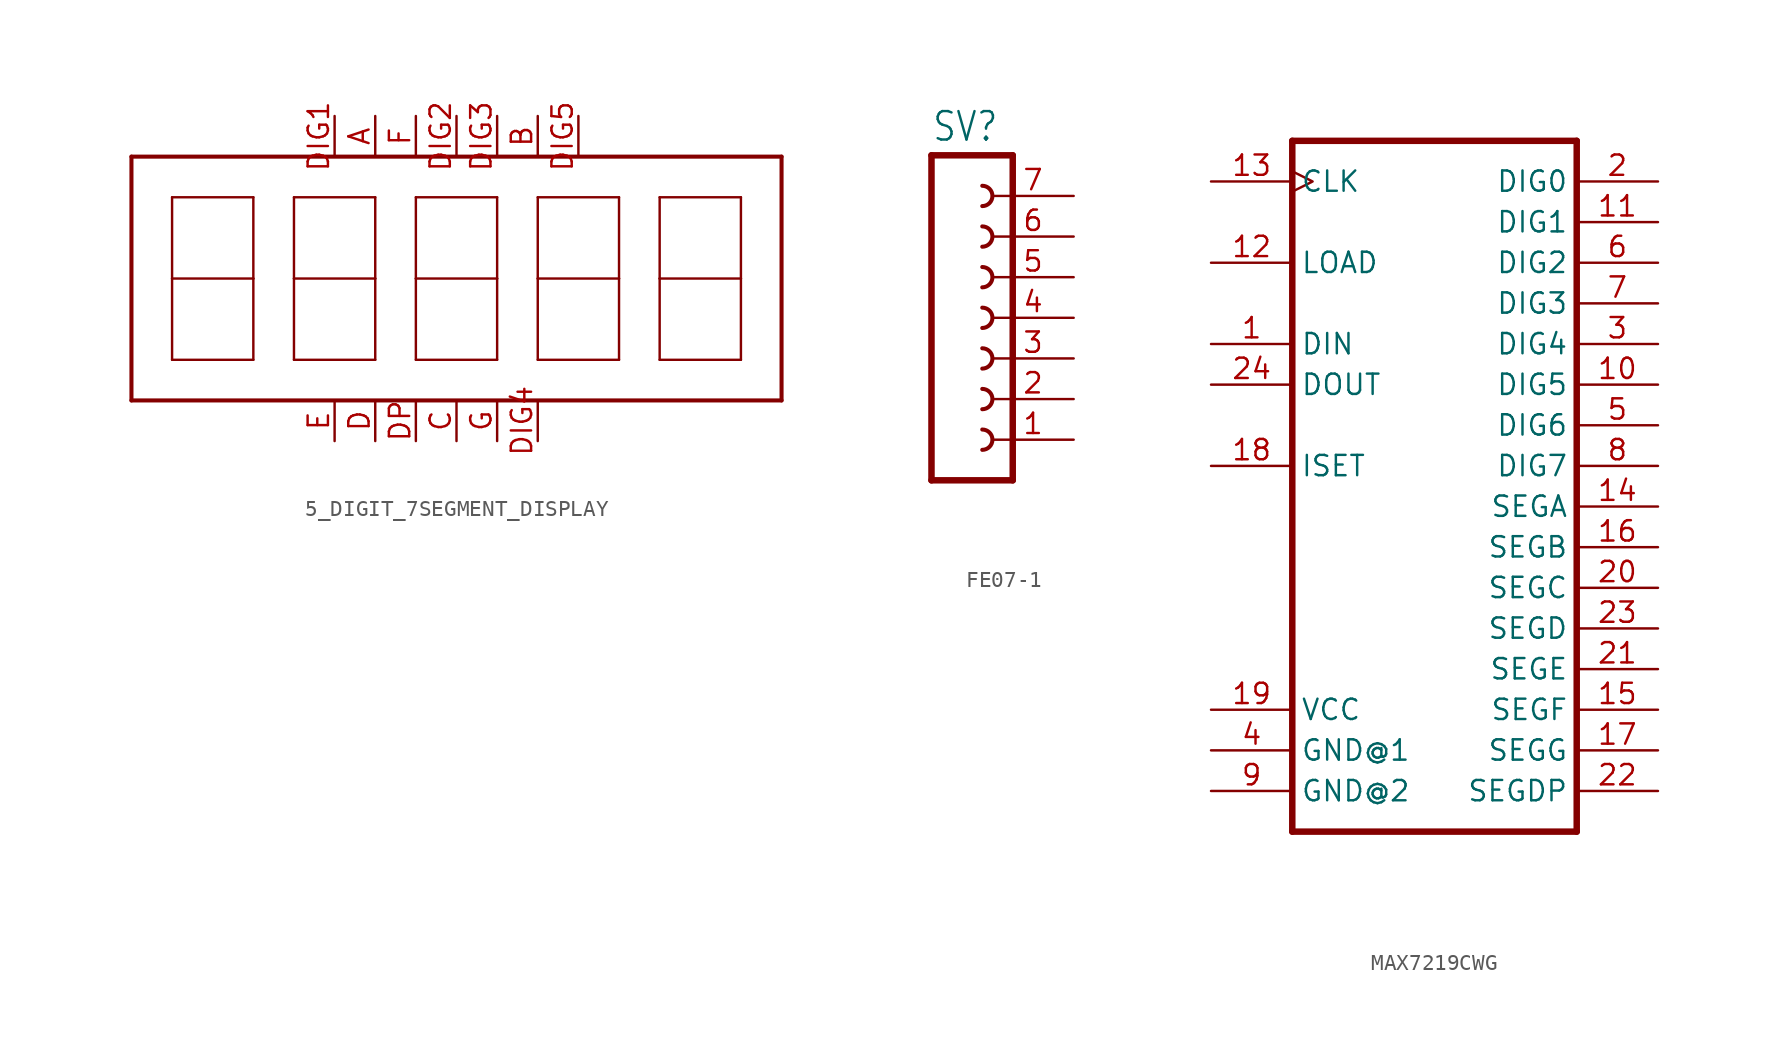
<source format=kicad_sym>
(kicad_symbol_lib
  (version 20220914)
  (generator kicad_symbol_editor)
  (symbol "5_DIGIT_7SEGMENT_DISPLAY"
    (property "Reference" ""
      (at 0 0 0)
      (effects (font (size 1.27 1.27)) hide))
    (property "ki_locked" ""
      (at 0 0 0)
      (effects (font (size 1.27 1.27))))
    (symbol "5_DIGIT_7SEGMENT_DISPLAY_1_0"
      (polyline (pts (xy -20.32 -7.62) (xy 20.32 -7.62)) (stroke (width 0.254) (type solid)) (fill (type none)))
      (polyline (pts (xy -20.32 7.62) (xy -20.32 -7.62)) (stroke (width 0.254) (type solid)) (fill (type none)))
      (polyline (pts (xy -17.78 -5.08) (xy -12.7 -5.08)) (stroke (width 0.152) (type solid)) (fill (type none)))
      (polyline (pts (xy -17.78 0) (xy -17.78 -5.08)) (stroke (width 0.152) (type solid)) (fill (type none)))
      (polyline (pts (xy -17.78 0) (xy -12.7 0)) (stroke (width 0.152) (type solid)) (fill (type none)))
      (polyline (pts (xy -17.78 5.08) (xy -17.78 0)) (stroke (width 0.152) (type solid)) (fill (type none)))
      (polyline (pts (xy -12.7 -5.08) (xy -12.7 0)) (stroke (width 0.152) (type solid)) (fill (type none)))
      (polyline (pts (xy -12.7 0) (xy -12.7 5.08)) (stroke (width 0.152) (type solid)) (fill (type none)))
      (polyline (pts (xy -12.7 5.08) (xy -17.78 5.08)) (stroke (width 0.152) (type solid)) (fill (type none)))
      (polyline (pts (xy -10.16 -5.08) (xy -5.08 -5.08)) (stroke (width 0.152) (type solid)) (fill (type none)))
      (polyline (pts (xy -10.16 0) (xy -10.16 -5.08)) (stroke (width 0.152) (type solid)) (fill (type none)))
      (polyline (pts (xy -10.16 0) (xy -5.08 0)) (stroke (width 0.152) (type solid)) (fill (type none)))
      (polyline (pts (xy -10.16 5.08) (xy -10.16 0)) (stroke (width 0.152) (type solid)) (fill (type none)))
      (polyline (pts (xy -5.08 -5.08) (xy -5.08 0)) (stroke (width 0.152) (type solid)) (fill (type none)))
      (polyline (pts (xy -5.08 0) (xy -5.08 5.08)) (stroke (width 0.152) (type solid)) (fill (type none)))
      (polyline (pts (xy -5.08 5.08) (xy -10.16 5.08)) (stroke (width 0.152) (type solid)) (fill (type none)))
      (polyline (pts (xy -2.54 -5.08) (xy 2.54 -5.08)) (stroke (width 0.152) (type solid)) (fill (type none)))
      (polyline (pts (xy -2.54 0) (xy -2.54 -5.08)) (stroke (width 0.152) (type solid)) (fill (type none)))
      (polyline (pts (xy -2.54 0) (xy 2.54 0)) (stroke (width 0.152) (type solid)) (fill (type none)))
      (polyline (pts (xy -2.54 5.08) (xy -2.54 0)) (stroke (width 0.152) (type solid)) (fill (type none)))
      (polyline (pts (xy 2.54 -5.08) (xy 2.54 0)) (stroke (width 0.152) (type solid)) (fill (type none)))
      (polyline (pts (xy 2.54 0) (xy 2.54 5.08)) (stroke (width 0.152) (type solid)) (fill (type none)))
      (polyline (pts (xy 2.54 5.08) (xy -2.54 5.08)) (stroke (width 0.152) (type solid)) (fill (type none)))
      (polyline (pts (xy 5.08 -5.08) (xy 10.16 -5.08)) (stroke (width 0.152) (type solid)) (fill (type none)))
      (polyline (pts (xy 5.08 0) (xy 5.08 -5.08)) (stroke (width 0.152) (type solid)) (fill (type none)))
      (polyline (pts (xy 5.08 0) (xy 10.16 0)) (stroke (width 0.152) (type solid)) (fill (type none)))
      (polyline (pts (xy 5.08 5.08) (xy 5.08 0)) (stroke (width 0.152) (type solid)) (fill (type none)))
      (polyline (pts (xy 10.16 -5.08) (xy 10.16 0)) (stroke (width 0.152) (type solid)) (fill (type none)))
      (polyline (pts (xy 10.16 0) (xy 10.16 5.08)) (stroke (width 0.152) (type solid)) (fill (type none)))
      (polyline (pts (xy 10.16 5.08) (xy 5.08 5.08)) (stroke (width 0.152) (type solid)) (fill (type none)))
      (polyline (pts (xy 12.7 -5.08) (xy 17.78 -5.08)) (stroke (width 0.152) (type solid)) (fill (type none)))
      (polyline (pts (xy 12.7 0) (xy 12.7 -5.08)) (stroke (width 0.152) (type solid)) (fill (type none)))
      (polyline (pts (xy 12.7 0) (xy 17.78 0)) (stroke (width 0.152) (type solid)) (fill (type none)))
      (polyline (pts (xy 12.7 5.08) (xy 12.7 0)) (stroke (width 0.152) (type solid)) (fill (type none)))
      (polyline (pts (xy 17.78 -5.08) (xy 17.78 0)) (stroke (width 0.152) (type solid)) (fill (type none)))
      (polyline (pts (xy 17.78 0) (xy 17.78 5.08)) (stroke (width 0.152) (type solid)) (fill (type none)))
      (polyline (pts (xy 17.78 5.08) (xy 12.7 5.08)) (stroke (width 0.152) (type solid)) (fill (type none)))
      (polyline (pts (xy 20.32 -7.62) (xy 20.32 7.62)) (stroke (width 0.254) (type solid)) (fill (type none)))
      (polyline (pts (xy 20.32 7.62) (xy -20.32 7.62)) (stroke (width 0.254) (type solid)) (fill (type none)))
      (pin bidirectional line (at -5.08 10.16 270) (length 2.54) (name "A" (effects (font (size 0 0)))) (number "A" (effects (font (size 1.27 1.27)))))
      (pin bidirectional line (at 5.08 10.16 270) (length 2.54) (name "B" (effects (font (size 0 0)))) (number "B" (effects (font (size 1.27 1.27)))))
      (pin bidirectional line (at 0 -10.16 90) (length 2.54) (name "C" (effects (font (size 0 0)))) (number "C" (effects (font (size 1.27 1.27)))))
      (pin bidirectional line (at -5.08 -10.16 90) (length 2.54) (name "D" (effects (font (size 0 0)))) (number "D" (effects (font (size 1.27 1.27)))))
      (pin bidirectional line (at -7.62 10.16 270) (length 2.54) (name "DIG1" (effects (font (size 0 0)))) (number "DIG1" (effects (font (size 1.27 1.27)))))
      (pin bidirectional line (at 0 10.16 270) (length 2.54) (name "DIG2" (effects (font (size 0 0)))) (number "DIG2" (effects (font (size 1.27 1.27)))))
      (pin bidirectional line (at 2.54 10.16 270) (length 2.54) (name "DIG3" (effects (font (size 0 0)))) (number "DIG3" (effects (font (size 1.27 1.27)))))
      (pin bidirectional line (at 5.08 -10.16 90) (length 2.54) (name "DIG4" (effects (font (size 0 0)))) (number "DIG4" (effects (font (size 1.27 1.27)))))
      (pin bidirectional line (at 7.62 10.16 270) (length 2.54) (name "DIG5" (effects (font (size 0 0)))) (number "DIG5" (effects (font (size 1.27 1.27)))))
      (pin bidirectional line (at -2.54 -10.16 90) (length 2.54) (name "DP" (effects (font (size 0 0)))) (number "DP" (effects (font (size 1.27 1.27)))))
      (pin bidirectional line (at -7.62 -10.16 90) (length 2.54) (name "E" (effects (font (size 0 0)))) (number "E" (effects (font (size 1.27 1.27)))))
      (pin bidirectional line (at -2.54 10.16 270) (length 2.54) (name "F" (effects (font (size 0 0)))) (number "F" (effects (font (size 1.27 1.27)))))
      (pin bidirectional line (at 2.54 -10.16 90) (length 2.54) (name "G" (effects (font (size 0 0)))) (number "G" (effects (font (size 1.27 1.27)))))))
  (symbol "FE07-1"
    (property "Reference" "SV"
      (at -1.27 10.922 0)
      (effects (font (size 1.778 1.511)) (justify left bottom)))
    (property "Value" ""
      (at -1.27 -12.7 0)
      (effects (font (size 1.778 1.511)) (justify left bottom)))
    (property "ki_locked" ""
      (at 0 0 0)
      (effects (font (size 1.27 1.27))))
    (symbol "FE07-1_1_0"
      (polyline (pts (xy -1.27 10.16) (xy -1.27 -10.16)) (stroke (width 0.406) (type solid)) (fill (type none)))
      (polyline (pts (xy -1.27 10.16) (xy 3.81 10.16)) (stroke (width 0.406) (type solid)) (fill (type none)))
      (polyline (pts (xy 3.81 -10.16) (xy -1.27 -10.16)) (stroke (width 0.406) (type solid)) (fill (type none)))
      (polyline (pts (xy 3.81 -10.16) (xy 3.81 10.16)) (stroke (width 0.406) (type solid)) (fill (type none)))
      (arc (start 1.905 -8.255) (mid 2.54 -7.62) (end 1.905 -6.985) (stroke (width 0.254) (type solid)) (fill (type none)))
      (arc (start 1.905 -5.715) (mid 2.54 -5.08) (end 1.905 -4.445) (stroke (width 0.254) (type solid)) (fill (type none)))
      (arc (start 1.905 -3.175) (mid 2.54 -2.54) (end 1.905 -1.905) (stroke (width 0.254) (type solid)) (fill (type none)))
      (arc (start 1.905 -0.635) (mid 2.54 0) (end 1.905 0.635) (stroke (width 0.254) (type solid)) (fill (type none)))
      (arc (start 1.905 1.905) (mid 2.54 2.54) (end 1.905 3.175) (stroke (width 0.254) (type solid)) (fill (type none)))
      (arc (start 1.905 4.445) (mid 2.54 5.08) (end 1.905 5.715) (stroke (width 0.254) (type solid)) (fill (type none)))
      (arc (start 1.905 6.985) (mid 2.54 7.62) (end 1.905 8.255) (stroke (width 0.254) (type solid)) (fill (type none)))
      (pin passive line (at 7.62 -7.62 180) (length 5.08) (name "1" (effects (font (size 0 0)))) (number "1" (effects (font (size 1.27 1.27)))))
      (pin passive line (at 7.62 -5.08 180) (length 5.08) (name "2" (effects (font (size 0 0)))) (number "2" (effects (font (size 1.27 1.27)))))
      (pin passive line (at 7.62 -2.54 180) (length 5.08) (name "3" (effects (font (size 0 0)))) (number "3" (effects (font (size 1.27 1.27)))))
      (pin passive line (at 7.62 0 180) (length 5.08) (name "4" (effects (font (size 0 0)))) (number "4" (effects (font (size 1.27 1.27)))))
      (pin passive line (at 7.62 2.54 180) (length 5.08) (name "5" (effects (font (size 0 0)))) (number "5" (effects (font (size 1.27 1.27)))))
      (pin passive line (at 7.62 5.08 180) (length 5.08) (name "6" (effects (font (size 0 0)))) (number "6" (effects (font (size 1.27 1.27)))))
      (pin passive line (at 7.62 7.62 180) (length 5.08) (name "7" (effects (font (size 0 0)))) (number "7" (effects (font (size 1.27 1.27)))))))
  (symbol "MAX7219CWG"
    (property "Reference" ""
      (at -10.16 20.955 0)
      (effects (font (size 1.778 1.511)) (justify left bottom) hide))
    (property "Value" ""
      (at -10.16 -25.4 0)
      (effects (font (size 1.778 1.511)) (justify left bottom)))
    (property "ki_locked" ""
      (at 0 0 0)
      (effects (font (size 1.27 1.27))))
    (symbol "MAX7219CWG_1_0"
      (polyline (pts (xy -10.16 -22.86) (xy 7.62 -22.86)) (stroke (width 0.406) (type solid)) (fill (type none)))
      (polyline (pts (xy -10.16 20.32) (xy -10.16 -22.86)) (stroke (width 0.406) (type solid)) (fill (type none)))
      (polyline (pts (xy 7.62 -22.86) (xy 7.62 20.32)) (stroke (width 0.406) (type solid)) (fill (type none)))
      (polyline (pts (xy 7.62 20.32) (xy -10.16 20.32)) (stroke (width 0.406) (type solid)) (fill (type none)))
      (pin input line (at -15.24 7.62 0) (length 5.08) (name "DIN" (effects (font (size 1.27 1.27)))) (number "1" (effects (font (size 1.27 1.27)))))
      (pin output line (at 12.7 5.08 180) (length 5.08) (name "DIG5" (effects (font (size 1.27 1.27)))) (number "10" (effects (font (size 1.27 1.27)))))
      (pin output line (at 12.7 15.24 180) (length 5.08) (name "DIG1" (effects (font (size 1.27 1.27)))) (number "11" (effects (font (size 1.27 1.27)))))
      (pin input line (at -15.24 12.7 0) (length 5.08) (name "LOAD" (effects (font (size 1.27 1.27)))) (number "12" (effects (font (size 1.27 1.27)))))
      (pin input clock (at -15.24 17.78 0) (length 5.08) (name "CLK" (effects (font (size 1.27 1.27)))) (number "13" (effects (font (size 1.27 1.27)))))
      (pin output line (at 12.7 -2.54 180) (length 5.08) (name "SEGA" (effects (font (size 1.27 1.27)))) (number "14" (effects (font (size 1.27 1.27)))))
      (pin output line (at 12.7 -15.24 180) (length 5.08) (name "SEGF" (effects (font (size 1.27 1.27)))) (number "15" (effects (font (size 1.27 1.27)))))
      (pin output line (at 12.7 -5.08 180) (length 5.08) (name "SEGB" (effects (font (size 1.27 1.27)))) (number "16" (effects (font (size 1.27 1.27)))))
      (pin output line (at 12.7 -17.78 180) (length 5.08) (name "SEGG" (effects (font (size 1.27 1.27)))) (number "17" (effects (font (size 1.27 1.27)))))
      (pin input line (at -15.24 0 0) (length 5.08) (name "ISET" (effects (font (size 1.27 1.27)))) (number "18" (effects (font (size 1.27 1.27)))))
      (pin power_in line (at -15.24 -15.24 0) (length 5.08) (name "VCC" (effects (font (size 1.27 1.27)))) (number "19" (effects (font (size 1.27 1.27)))))
      (pin output line (at 12.7 17.78 180) (length 5.08) (name "DIG0" (effects (font (size 1.27 1.27)))) (number "2" (effects (font (size 1.27 1.27)))))
      (pin output line (at 12.7 -7.62 180) (length 5.08) (name "SEGC" (effects (font (size 1.27 1.27)))) (number "20" (effects (font (size 1.27 1.27)))))
      (pin output line (at 12.7 -12.7 180) (length 5.08) (name "SEGE" (effects (font (size 1.27 1.27)))) (number "21" (effects (font (size 1.27 1.27)))))
      (pin output line (at 12.7 -20.32 180) (length 5.08) (name "SEGDP" (effects (font (size 1.27 1.27)))) (number "22" (effects (font (size 1.27 1.27)))))
      (pin output line (at 12.7 -10.16 180) (length 5.08) (name "SEGD" (effects (font (size 1.27 1.27)))) (number "23" (effects (font (size 1.27 1.27)))))
      (pin output line (at -15.24 5.08 0) (length 5.08) (name "DOUT" (effects (font (size 1.27 1.27)))) (number "24" (effects (font (size 1.27 1.27)))))
      (pin output line (at 12.7 7.62 180) (length 5.08) (name "DIG4" (effects (font (size 1.27 1.27)))) (number "3" (effects (font (size 1.27 1.27)))))
      (pin power_in line (at -15.24 -17.78 0) (length 5.08) (name "GND@1" (effects (font (size 1.27 1.27)))) (number "4" (effects (font (size 1.27 1.27)))))
      (pin output line (at 12.7 2.54 180) (length 5.08) (name "DIG6" (effects (font (size 1.27 1.27)))) (number "5" (effects (font (size 1.27 1.27)))))
      (pin output line (at 12.7 12.7 180) (length 5.08) (name "DIG2" (effects (font (size 1.27 1.27)))) (number "6" (effects (font (size 1.27 1.27)))))
      (pin output line (at 12.7 10.16 180) (length 5.08) (name "DIG3" (effects (font (size 1.27 1.27)))) (number "7" (effects (font (size 1.27 1.27)))))
      (pin output line (at 12.7 0 180) (length 5.08) (name "DIG7" (effects (font (size 1.27 1.27)))) (number "8" (effects (font (size 1.27 1.27)))))
      (pin power_in line (at -15.24 -20.32 0) (length 5.08) (name "GND@2" (effects (font (size 1.27 1.27)))) (number "9" (effects (font (size 1.27 1.27))))))))
</source>
